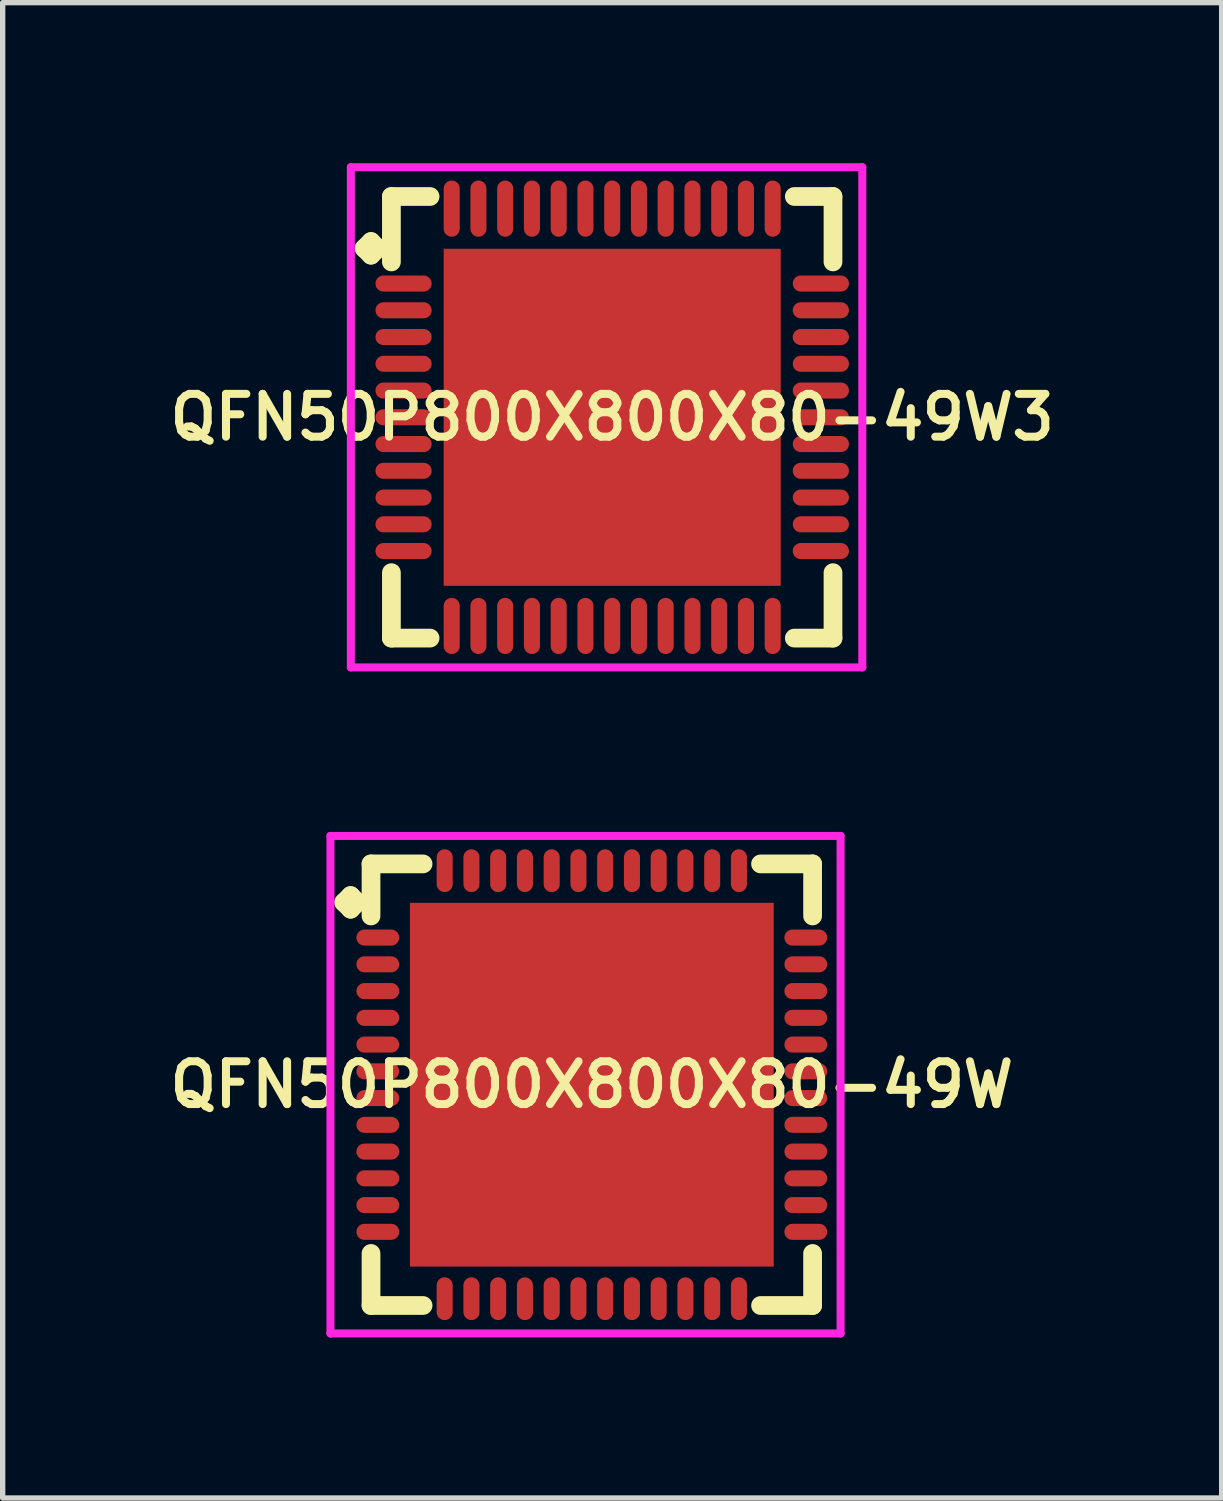
<source format=kicad_pcb>
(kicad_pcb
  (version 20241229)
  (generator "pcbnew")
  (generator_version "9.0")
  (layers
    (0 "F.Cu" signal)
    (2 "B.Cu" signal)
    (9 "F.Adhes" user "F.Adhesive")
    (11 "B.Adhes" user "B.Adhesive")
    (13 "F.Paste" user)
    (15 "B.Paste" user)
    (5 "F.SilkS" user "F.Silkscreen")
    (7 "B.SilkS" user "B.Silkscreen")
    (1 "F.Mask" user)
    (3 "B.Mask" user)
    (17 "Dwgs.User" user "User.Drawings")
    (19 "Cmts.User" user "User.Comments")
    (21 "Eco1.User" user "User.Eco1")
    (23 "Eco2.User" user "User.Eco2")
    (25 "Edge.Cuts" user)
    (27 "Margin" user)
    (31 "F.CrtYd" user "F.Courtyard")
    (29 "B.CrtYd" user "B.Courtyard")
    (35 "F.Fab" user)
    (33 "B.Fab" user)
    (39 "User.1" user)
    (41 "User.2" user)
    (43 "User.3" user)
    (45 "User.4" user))
  (footprint "QFN50P800X800X80-49W3"
    (layer "F.Cu")
    (at 8.393 4.75)
    (property "Reference" "QFN50P800X800X80-49W3" (at 0 0 0) (layer "F.SilkS") (effects (font (size 0.8 0.8) (thickness 0.15))))
    (attr smd)
    (fp_line (start -4.635 -3.158) (end -4.508 -3.285) (stroke (width 0.35) (type solid)) (layer "F.SilkS"))
    (fp_line (start -4.508 -3.285) (end -4.381 -3.158) (stroke (width 0.35) (type solid)) (layer "F.SilkS"))
    (fp_line (start -4.508 -3.031) (end -4.635 -3.158) (stroke (width 0.35) (type solid)) (layer "F.SilkS"))
    (fp_line (start -4.381 -3.158) (end -4.508 -3.031) (stroke (width 0.35) (type solid)) (layer "F.SilkS"))
    (fp_line (start -4.127 -4.127) (end -3.404 -4.127) (stroke (width 0.35) (type solid)) (layer "F.SilkS"))
    (fp_line (start -4.127 -2.904) (end -4.127 -4.127) (stroke (width 0.35) (type solid)) (layer "F.SilkS"))
    (fp_line (start -4.127 2.904) (end -4.127 4.127) (stroke (width 0.35) (type solid)) (layer "F.SilkS"))
    (fp_line (start -4.127 4.127) (end -3.404 4.127) (stroke (width 0.35) (type solid)) (layer "F.SilkS"))
    (fp_line (start 3.404 -4.127) (end 4.127 -4.127) (stroke (width 0.35) (type solid)) (layer "F.SilkS"))
    (fp_line (start 3.404 4.127) (end 4.127 4.127) (stroke (width 0.35) (type solid)) (layer "F.SilkS"))
    (fp_line (start 4.127 -4.127) (end 4.127 -2.904) (stroke (width 0.35) (type solid)) (layer "F.SilkS"))
    (fp_line (start 4.127 4.127) (end 4.127 2.904) (stroke (width 0.35) (type solid)) (layer "F.SilkS"))
    (fp_line (start -4.885 -4.675) (end 4.675 -4.675) (stroke (width 0.15) (type solid)) (layer "F.CrtYd"))
    (fp_line (start -4.885 4.675) (end -4.885 -4.675) (stroke (width 0.15) (type solid)) (layer "F.CrtYd"))
    (fp_line (start 4.675 -4.675) (end 4.675 4.675) (stroke (width 0.15) (type solid)) (layer "F.CrtYd"))
    (fp_line (start 4.675 4.675) (end -4.885 4.675) (stroke (width 0.15) (type solid)) (layer "F.CrtYd"))
    (pad "1" smd oval (at -3.9 -2.5) (size 1.05 0.3) (layers "F.Cu" "F.Mask" "F.Paste"))
    (pad "2" smd oval (at -3.9 -2) (size 1.05 0.3) (layers "F.Cu" "F.Mask" "F.Paste"))
    (pad "3" smd oval (at -3.9 -1.5) (size 1.05 0.3) (layers "F.Cu" "F.Mask" "F.Paste"))
    (pad "4" smd oval (at -3.9 -1) (size 1.05 0.3) (layers "F.Cu" "F.Mask" "F.Paste"))
    (pad "5" smd oval (at -3.9 -0.5) (size 1.05 0.3) (layers "F.Cu" "F.Mask" "F.Paste"))
    (pad "6" smd oval (at -3.9 0) (size 1.05 0.3) (layers "F.Cu" "F.Mask" "F.Paste"))
    (pad "7" smd oval (at -3.9 0.5) (size 1.05 0.3) (layers "F.Cu" "F.Mask" "F.Paste"))
    (pad "8" smd oval (at -3.9 1) (size 1.05 0.3) (layers "F.Cu" "F.Mask" "F.Paste"))
    (pad "9" smd oval (at -3.9 1.5) (size 1.05 0.3) (layers "F.Cu" "F.Mask" "F.Paste"))
    (pad "10" smd oval (at -3.9 2) (size 1.05 0.3) (layers "F.Cu" "F.Mask" "F.Paste"))
    (pad "11" smd oval (at -3.9 2.5) (size 1.05 0.3) (layers "F.Cu" "F.Mask" "F.Paste"))
    (pad "12" smd oval (at -3 3.9) (size 0.3 1.05) (layers "F.Cu" "F.Mask" "F.Paste"))
    (pad "13" smd oval (at -2.5 3.9) (size 0.3 1.05) (layers "F.Cu" "F.Mask" "F.Paste"))
    (pad "14" smd oval (at -2 3.9) (size 0.3 1.05) (layers "F.Cu" "F.Mask" "F.Paste"))
    (pad "15" smd oval (at -1.5 3.9) (size 0.3 1.05) (layers "F.Cu" "F.Mask" "F.Paste"))
    (pad "16" smd oval (at -1 3.9) (size 0.3 1.05) (layers "F.Cu" "F.Mask" "F.Paste"))
    (pad "17" smd oval (at -0.5 3.9) (size 0.3 1.05) (layers "F.Cu" "F.Mask" "F.Paste"))
    (pad "18" smd oval (at 0 3.9) (size 0.3 1.05) (layers "F.Cu" "F.Mask" "F.Paste"))
    (pad "19" smd oval (at 0.5 3.9) (size 0.3 1.05) (layers "F.Cu" "F.Mask" "F.Paste"))
    (pad "20" smd oval (at 1 3.9) (size 0.3 1.05) (layers "F.Cu" "F.Mask" "F.Paste"))
    (pad "21" smd oval (at 1.5 3.9) (size 0.3 1.05) (layers "F.Cu" "F.Mask" "F.Paste"))
    (pad "22" smd oval (at 2 3.9) (size 0.3 1.05) (layers "F.Cu" "F.Mask" "F.Paste"))
    (pad "23" smd oval (at 2.5 3.9) (size 0.3 1.05) (layers "F.Cu" "F.Mask" "F.Paste"))
    (pad "24" smd oval (at 3 3.9) (size 0.3 1.05) (layers "F.Cu" "F.Mask" "F.Paste"))
    (pad "25" smd oval (at 3.9 2.5) (size 1.05 0.3) (layers "F.Cu" "F.Mask" "F.Paste"))
    (pad "26" smd oval (at 3.9 2) (size 1.05 0.3) (layers "F.Cu" "F.Mask" "F.Paste"))
    (pad "27" smd oval (at 3.9 1.5) (size 1.05 0.3) (layers "F.Cu" "F.Mask" "F.Paste"))
    (pad "28" smd oval (at 3.9 1) (size 1.05 0.3) (layers "F.Cu" "F.Mask" "F.Paste"))
    (pad "29" smd oval (at 3.9 0.5) (size 1.05 0.3) (layers "F.Cu" "F.Mask" "F.Paste"))
    (pad "30" smd oval (at 3.9 0) (size 1.05 0.3) (layers "F.Cu" "F.Mask" "F.Paste"))
    (pad "31" smd oval (at 3.9 -0.5) (size 1.05 0.3) (layers "F.Cu" "F.Mask" "F.Paste"))
    (pad "32" smd oval (at 3.9 -1) (size 1.05 0.3) (layers "F.Cu" "F.Mask" "F.Paste"))
    (pad "33" smd oval (at 3.9 -1.5) (size 1.05 0.3) (layers "F.Cu" "F.Mask" "F.Paste"))
    (pad "34" smd oval (at 3.9 -2) (size 1.05 0.3) (layers "F.Cu" "F.Mask" "F.Paste"))
    (pad "35" smd oval (at 3.9 -2.5) (size 1.05 0.3) (layers "F.Cu" "F.Mask" "F.Paste"))
    (pad "36" smd oval (at 3 -3.9) (size 0.3 1.05) (layers "F.Cu" "F.Mask" "F.Paste"))
    (pad "37" smd oval (at 2.5 -3.9) (size 0.3 1.05) (layers "F.Cu" "F.Mask" "F.Paste"))
    (pad "38" smd oval (at 2 -3.9) (size 0.3 1.05) (layers "F.Cu" "F.Mask" "F.Paste"))
    (pad "39" smd oval (at 1.5 -3.9) (size 0.3 1.05) (layers "F.Cu" "F.Mask" "F.Paste"))
    (pad "40" smd oval (at 1 -3.9) (size 0.3 1.05) (layers "F.Cu" "F.Mask" "F.Paste"))
    (pad "41" smd oval (at 0.5 -3.9) (size 0.3 1.05) (layers "F.Cu" "F.Mask" "F.Paste"))
    (pad "42" smd oval (at 0 -3.9) (size 0.3 1.05) (layers "F.Cu" "F.Mask" "F.Paste"))
    (pad "43" smd oval (at -0.5 -3.9) (size 0.3 1.05) (layers "F.Cu" "F.Mask" "F.Paste"))
    (pad "44" smd oval (at -1 -3.9) (size 0.3 1.05) (layers "F.Cu" "F.Mask" "F.Paste"))
    (pad "45" smd oval (at -1.5 -3.9) (size 0.3 1.05) (layers "F.Cu" "F.Mask" "F.Paste"))
    (pad "46" smd oval (at -2 -3.9) (size 0.3 1.05) (layers "F.Cu" "F.Mask" "F.Paste"))
    (pad "47" smd oval (at -2.5 -3.9) (size 0.3 1.05) (layers "F.Cu" "F.Mask" "F.Paste"))
    (pad "48" smd oval (at -3 -3.9) (size 0.3 1.05) (layers "F.Cu" "F.Mask" "F.Paste"))
    (pad "49" smd rect (at 0 0) (size 6.3 6.3) (layers "F.Cu" "F.Mask" "F.Paste")))
  (footprint "QFN50P800X800X80-49W"
    (layer "F.Cu")
    (at 8.012 17.225)
    (property "Reference" "QFN50P800X800X80-49W" (at 0 0 0) (layer "F.SilkS") (effects (font (size 0.8 0.8) (thickness 0.15))))
    (attr smd)
    (fp_line (start -4.635 -3.408) (end -4.508 -3.535) (stroke (width 0.35) (type solid)) (layer "F.SilkS"))
    (fp_line (start -4.508 -3.535) (end -4.381 -3.408) (stroke (width 0.35) (type solid)) (layer "F.SilkS"))
    (fp_line (start -4.508 -3.281) (end -4.635 -3.408) (stroke (width 0.35) (type solid)) (layer "F.SilkS"))
    (fp_line (start -4.381 -3.408) (end -4.508 -3.281) (stroke (width 0.35) (type solid)) (layer "F.SilkS"))
    (fp_line (start -4.127 -4.127) (end -3.154 -4.127) (stroke (width 0.35) (type solid)) (layer "F.SilkS"))
    (fp_line (start -4.127 -3.154) (end -4.127 -4.127) (stroke (width 0.35) (type solid)) (layer "F.SilkS"))
    (fp_line (start -4.127 3.154) (end -4.127 4.127) (stroke (width 0.35) (type solid)) (layer "F.SilkS"))
    (fp_line (start -4.127 4.127) (end -3.154 4.127) (stroke (width 0.35) (type solid)) (layer "F.SilkS"))
    (fp_line (start 3.154 -4.127) (end 4.127 -4.127) (stroke (width 0.35) (type solid)) (layer "F.SilkS"))
    (fp_line (start 3.154 4.127) (end 4.127 4.127) (stroke (width 0.35) (type solid)) (layer "F.SilkS"))
    (fp_line (start 4.127 -4.127) (end 4.127 -3.154) (stroke (width 0.35) (type solid)) (layer "F.SilkS"))
    (fp_line (start 4.127 4.127) (end 4.127 3.154) (stroke (width 0.35) (type solid)) (layer "F.SilkS"))
    (fp_line (start -4.885 -4.65) (end 4.65 -4.65) (stroke (width 0.15) (type solid)) (layer "F.CrtYd"))
    (fp_line (start -4.885 4.65) (end -4.885 -4.65) (stroke (width 0.15) (type solid)) (layer "F.CrtYd"))
    (fp_line (start 4.65 -4.65) (end 4.65 4.65) (stroke (width 0.15) (type solid)) (layer "F.CrtYd"))
    (fp_line (start 4.65 4.65) (end -4.885 4.65) (stroke (width 0.15) (type solid)) (layer "F.CrtYd"))
    (pad "1" smd oval (at -4 -2.75) (size 0.8 0.3) (layers "F.Cu" "F.Mask" "F.Paste"))
    (pad "2" smd oval (at -4 -2.25) (size 0.8 0.3) (layers "F.Cu" "F.Mask" "F.Paste"))
    (pad "3" smd oval (at -4 -1.75) (size 0.8 0.3) (layers "F.Cu" "F.Mask" "F.Paste"))
    (pad "4" smd oval (at -4 -1.25) (size 0.8 0.3) (layers "F.Cu" "F.Mask" "F.Paste"))
    (pad "5" smd oval (at -4 -0.75) (size 0.8 0.3) (layers "F.Cu" "F.Mask" "F.Paste"))
    (pad "6" smd oval (at -4 -0.25) (size 0.8 0.3) (layers "F.Cu" "F.Mask" "F.Paste"))
    (pad "7" smd oval (at -4 0.25) (size 0.8 0.3) (layers "F.Cu" "F.Mask" "F.Paste"))
    (pad "8" smd oval (at -4 0.75) (size 0.8 0.3) (layers "F.Cu" "F.Mask" "F.Paste"))
    (pad "9" smd oval (at -4 1.25) (size 0.8 0.3) (layers "F.Cu" "F.Mask" "F.Paste"))
    (pad "10" smd oval (at -4 1.75) (size 0.8 0.3) (layers "F.Cu" "F.Mask" "F.Paste"))
    (pad "11" smd oval (at -4 2.25) (size 0.8 0.3) (layers "F.Cu" "F.Mask" "F.Paste"))
    (pad "12" smd oval (at -4 2.75) (size 0.8 0.3) (layers "F.Cu" "F.Mask" "F.Paste"))
    (pad "13" smd oval (at -2.75 4) (size 0.3 0.8) (layers "F.Cu" "F.Mask" "F.Paste"))
    (pad "14" smd oval (at -2.25 4) (size 0.3 0.8) (layers "F.Cu" "F.Mask" "F.Paste"))
    (pad "15" smd oval (at -1.75 4) (size 0.3 0.8) (layers "F.Cu" "F.Mask" "F.Paste"))
    (pad "16" smd oval (at -1.25 4) (size 0.3 0.8) (layers "F.Cu" "F.Mask" "F.Paste"))
    (pad "17" smd oval (at -0.75 4) (size 0.3 0.8) (layers "F.Cu" "F.Mask" "F.Paste"))
    (pad "18" smd oval (at -0.25 4) (size 0.3 0.8) (layers "F.Cu" "F.Mask" "F.Paste"))
    (pad "19" smd oval (at 0.25 4) (size 0.3 0.8) (layers "F.Cu" "F.Mask" "F.Paste"))
    (pad "20" smd oval (at 0.75 4) (size 0.3 0.8) (layers "F.Cu" "F.Mask" "F.Paste"))
    (pad "21" smd oval (at 1.25 4) (size 0.3 0.8) (layers "F.Cu" "F.Mask" "F.Paste"))
    (pad "22" smd oval (at 1.75 4) (size 0.3 0.8) (layers "F.Cu" "F.Mask" "F.Paste"))
    (pad "23" smd oval (at 2.25 4) (size 0.3 0.8) (layers "F.Cu" "F.Mask" "F.Paste"))
    (pad "24" smd oval (at 2.75 4) (size 0.3 0.8) (layers "F.Cu" "F.Mask" "F.Paste"))
    (pad "25" smd oval (at 4 2.75) (size 0.8 0.3) (layers "F.Cu" "F.Mask" "F.Paste"))
    (pad "26" smd oval (at 4 2.25) (size 0.8 0.3) (layers "F.Cu" "F.Mask" "F.Paste"))
    (pad "27" smd oval (at 4 1.75) (size 0.8 0.3) (layers "F.Cu" "F.Mask" "F.Paste"))
    (pad "28" smd oval (at 4 1.25) (size 0.8 0.3) (layers "F.Cu" "F.Mask" "F.Paste"))
    (pad "29" smd oval (at 4 0.75) (size 0.8 0.3) (layers "F.Cu" "F.Mask" "F.Paste"))
    (pad "30" smd oval (at 4 0.25) (size 0.8 0.3) (layers "F.Cu" "F.Mask" "F.Paste"))
    (pad "31" smd oval (at 4 -0.25) (size 0.8 0.3) (layers "F.Cu" "F.Mask" "F.Paste"))
    (pad "32" smd oval (at 4 -0.75) (size 0.8 0.3) (layers "F.Cu" "F.Mask" "F.Paste"))
    (pad "33" smd oval (at 4 -1.25) (size 0.8 0.3) (layers "F.Cu" "F.Mask" "F.Paste"))
    (pad "34" smd oval (at 4 -1.75) (size 0.8 0.3) (layers "F.Cu" "F.Mask" "F.Paste"))
    (pad "35" smd oval (at 4 -2.25) (size 0.8 0.3) (layers "F.Cu" "F.Mask" "F.Paste"))
    (pad "36" smd oval (at 4 -2.75) (size 0.8 0.3) (layers "F.Cu" "F.Mask" "F.Paste"))
    (pad "37" smd oval (at 2.75 -4) (size 0.3 0.8) (layers "F.Cu" "F.Mask" "F.Paste"))
    (pad "38" smd oval (at 2.25 -4) (size 0.3 0.8) (layers "F.Cu" "F.Mask" "F.Paste"))
    (pad "39" smd oval (at 1.75 -4) (size 0.3 0.8) (layers "F.Cu" "F.Mask" "F.Paste"))
    (pad "40" smd oval (at 1.25 -4) (size 0.3 0.8) (layers "F.Cu" "F.Mask" "F.Paste"))
    (pad "41" smd oval (at 0.75 -4) (size 0.3 0.8) (layers "F.Cu" "F.Mask" "F.Paste"))
    (pad "42" smd oval (at 0.25 -4) (size 0.3 0.8) (layers "F.Cu" "F.Mask" "F.Paste"))
    (pad "43" smd oval (at -0.25 -4) (size 0.3 0.8) (layers "F.Cu" "F.Mask" "F.Paste"))
    (pad "44" smd oval (at -0.75 -4) (size 0.3 0.8) (layers "F.Cu" "F.Mask" "F.Paste"))
    (pad "45" smd oval (at -1.25 -4) (size 0.3 0.8) (layers "F.Cu" "F.Mask" "F.Paste"))
    (pad "46" smd oval (at -1.75 -4) (size 0.3 0.8) (layers "F.Cu" "F.Mask" "F.Paste"))
    (pad "47" smd oval (at -2.25 -4) (size 0.3 0.8) (layers "F.Cu" "F.Mask" "F.Paste"))
    (pad "48" smd oval (at -2.75 -4) (size 0.3 0.8) (layers "F.Cu" "F.Mask" "F.Paste"))
    (pad "49" smd rect (at 0 0) (size 6.8 6.8) (layers "F.Cu" "F.Mask" "F.Paste")))
  (gr_rect
    (start -3 -3)
    (end 19.785 24.95)
    (stroke (width 0.1) (type default))
    (fill no)
    (layer "Edge.Cuts")))
</source>
